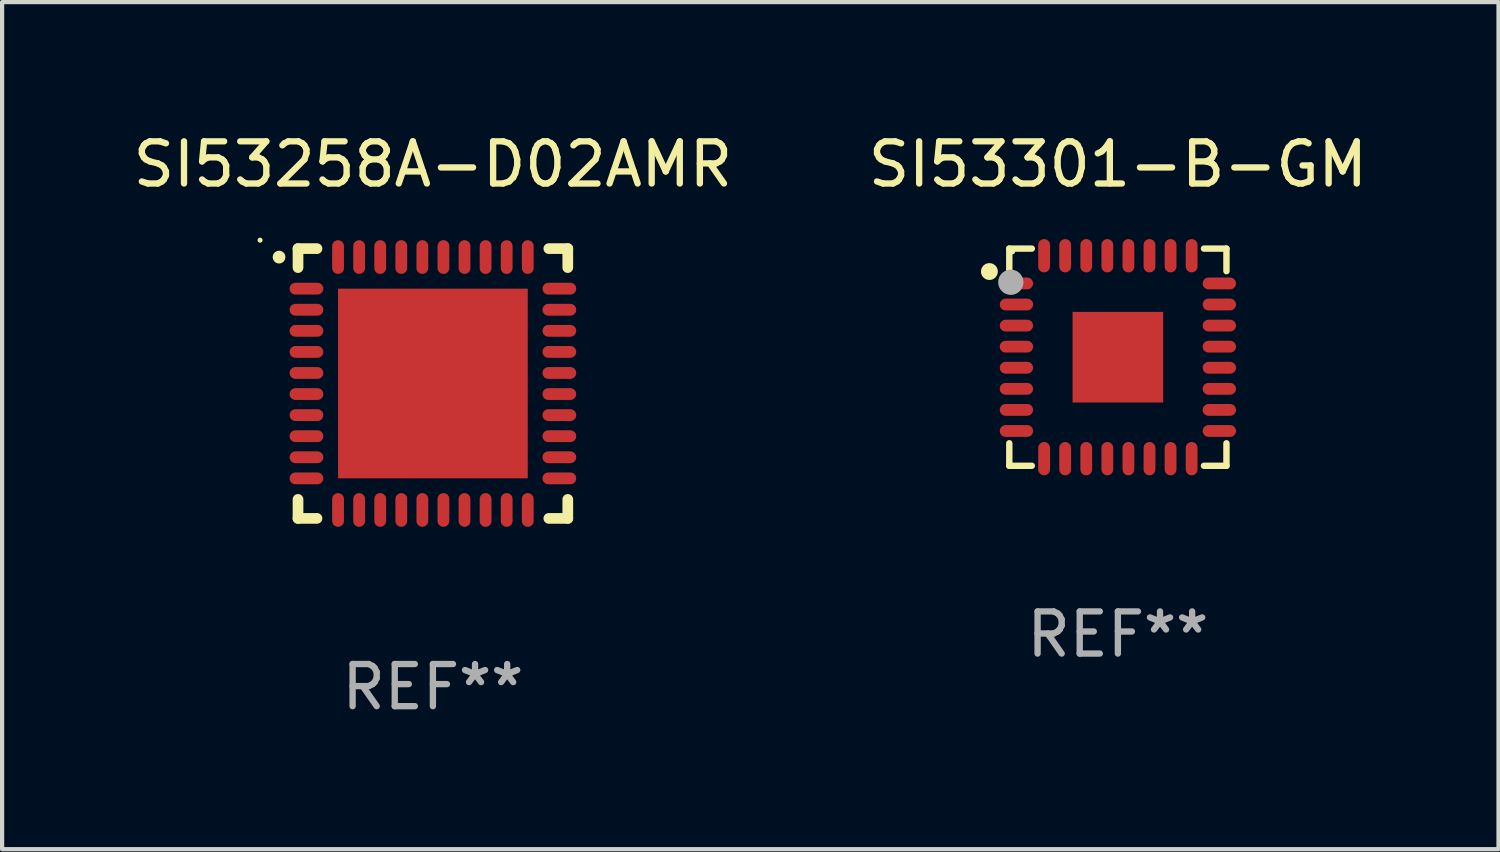
<source format=kicad_pcb>
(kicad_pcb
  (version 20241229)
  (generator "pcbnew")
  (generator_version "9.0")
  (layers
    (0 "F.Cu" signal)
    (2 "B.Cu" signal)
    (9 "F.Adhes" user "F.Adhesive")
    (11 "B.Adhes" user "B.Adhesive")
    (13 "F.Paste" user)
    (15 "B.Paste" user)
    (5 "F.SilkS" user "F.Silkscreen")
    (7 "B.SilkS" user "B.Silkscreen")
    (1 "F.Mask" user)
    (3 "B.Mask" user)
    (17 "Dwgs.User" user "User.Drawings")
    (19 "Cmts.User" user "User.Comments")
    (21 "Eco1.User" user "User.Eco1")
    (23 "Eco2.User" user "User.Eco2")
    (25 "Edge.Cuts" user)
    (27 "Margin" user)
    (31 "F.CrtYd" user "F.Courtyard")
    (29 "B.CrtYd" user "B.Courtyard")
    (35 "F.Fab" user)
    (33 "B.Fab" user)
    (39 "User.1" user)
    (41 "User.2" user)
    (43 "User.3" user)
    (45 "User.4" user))
  (footprint "SI53258A-D02AMR"
    (layer "F.Cu")
    (at 7.22 6.048)
    (property "Reference" "SI53258A-D02AMR" (at 0 -5.2 0) (layer "F.SilkS") (effects (font (size 1 1) (thickness 0.15))))
    (attr through_hole)
    (fp_line (start -3.2 -3.2) (end -2.75 -3.2) (stroke (width 0.254) (type solid)) (layer "F.SilkS"))
    (fp_line (start -3.2 -2.75) (end -3.2 -3.2) (stroke (width 0.254) (type solid)) (layer "F.SilkS"))
    (fp_line (start -3.2 3.2) (end -3.2 2.75) (stroke (width 0.254) (type solid)) (layer "F.SilkS"))
    (fp_line (start -2.75 3.2) (end -3.2 3.2) (stroke (width 0.254) (type solid)) (layer "F.SilkS"))
    (fp_line (start 2.75 3.2) (end 3.2 3.2) (stroke (width 0.254) (type solid)) (layer "F.SilkS"))
    (fp_line (start 3.2 -3.2) (end 2.75 -3.2) (stroke (width 0.254) (type solid)) (layer "F.SilkS"))
    (fp_line (start 3.2 -2.75) (end 3.2 -3.2) (stroke (width 0.254) (type solid)) (layer "F.SilkS"))
    (fp_line (start 3.2 3.2) (end 3.2 2.75) (stroke (width 0.254) (type solid)) (layer "F.SilkS"))
    (fp_arc (start -3.649987 -2.997206) (mid -3.649992 -2.998476) (end -3.649987 -2.999746) (stroke (width 0.3) (type solid)) (layer "F.SilkS"))
    (fp_circle (center -4.1 -3.4) (end -4.07 -3.4) (stroke (width 0.06) (type solid)) (fill no) (layer "F.SilkS"))
    (fp_text user "REF**" (at 0 7.2 0) (layer "F.Fab") (effects (font (size 1 1) (thickness 0.15))))
    (pad "1" smd oval (at -3 -2.25 90) (size 0.28 0.8) (layers "F.Cu" "F.Mask" "F.Paste"))
    (pad "2" smd oval (at -3 -1.75 90) (size 0.28 0.8) (layers "F.Cu" "F.Mask" "F.Paste"))
    (pad "3" smd oval (at -3 -1.25 90) (size 0.28 0.8) (layers "F.Cu" "F.Mask" "F.Paste"))
    (pad "4" smd oval (at -3 -0.75 90) (size 0.28 0.8) (layers "F.Cu" "F.Mask" "F.Paste"))
    (pad "5" smd oval (at -3 -0.25 90) (size 0.28 0.8) (layers "F.Cu" "F.Mask" "F.Paste"))
    (pad "6" smd oval (at -3 0.25 90) (size 0.28 0.8) (layers "F.Cu" "F.Mask" "F.Paste"))
    (pad "7" smd oval (at -3 0.75 90) (size 0.28 0.8) (layers "F.Cu" "F.Mask" "F.Paste"))
    (pad "8" smd oval (at -3 1.25 90) (size 0.28 0.8) (layers "F.Cu" "F.Mask" "F.Paste"))
    (pad "9" smd oval (at -3 1.75 90) (size 0.28 0.8) (layers "F.Cu" "F.Mask" "F.Paste"))
    (pad "10" smd oval (at -3 2.25 90) (size 0.28 0.8) (layers "F.Cu" "F.Mask" "F.Paste"))
    (pad "11" smd oval (at -2.25 3) (size 0.28 0.8) (layers "F.Cu" "F.Mask" "F.Paste"))
    (pad "12" smd oval (at -1.75 3) (size 0.28 0.8) (layers "F.Cu" "F.Mask" "F.Paste"))
    (pad "13" smd oval (at -1.25 3) (size 0.28 0.8) (layers "F.Cu" "F.Mask" "F.Paste"))
    (pad "14" smd oval (at -0.75 3) (size 0.28 0.8) (layers "F.Cu" "F.Mask" "F.Paste"))
    (pad "15" smd oval (at -0.25 3) (size 0.28 0.8) (layers "F.Cu" "F.Mask" "F.Paste"))
    (pad "16" smd oval (at 0.25 3) (size 0.28 0.8) (layers "F.Cu" "F.Mask" "F.Paste"))
    (pad "17" smd oval (at 0.75 3) (size 0.28 0.8) (layers "F.Cu" "F.Mask" "F.Paste"))
    (pad "18" smd oval (at 1.25 3) (size 0.28 0.8) (layers "F.Cu" "F.Mask" "F.Paste"))
    (pad "19" smd oval (at 1.75 3) (size 0.28 0.8) (layers "F.Cu" "F.Mask" "F.Paste"))
    (pad "20" smd oval (at 2.25 3) (size 0.28 0.8) (layers "F.Cu" "F.Mask" "F.Paste"))
    (pad "21" smd oval (at 3 2.25 90) (size 0.28 0.8) (layers "F.Cu" "F.Mask" "F.Paste"))
    (pad "22" smd oval (at 3 1.75 90) (size 0.28 0.8) (layers "F.Cu" "F.Mask" "F.Paste"))
    (pad "23" smd oval (at 3 1.25 90) (size 0.28 0.8) (layers "F.Cu" "F.Mask" "F.Paste"))
    (pad "24" smd oval (at 3 0.75 90) (size 0.28 0.8) (layers "F.Cu" "F.Mask" "F.Paste"))
    (pad "25" smd oval (at 3 0.25 90) (size 0.28 0.8) (layers "F.Cu" "F.Mask" "F.Paste"))
    (pad "26" smd oval (at 3 -0.25 90) (size 0.28 0.8) (layers "F.Cu" "F.Mask" "F.Paste"))
    (pad "27" smd oval (at 3 -0.75 90) (size 0.28 0.8) (layers "F.Cu" "F.Mask" "F.Paste"))
    (pad "28" smd oval (at 3 -1.25 90) (size 0.28 0.8) (layers "F.Cu" "F.Mask" "F.Paste"))
    (pad "29" smd oval (at 3 -1.75 90) (size 0.28 0.8) (layers "F.Cu" "F.Mask" "F.Paste"))
    (pad "30" smd oval (at 3 -2.25 90) (size 0.28 0.8) (layers "F.Cu" "F.Mask" "F.Paste"))
    (pad "31" smd oval (at 2.25 -3) (size 0.28 0.8) (layers "F.Cu" "F.Mask" "F.Paste"))
    (pad "32" smd oval (at 1.75 -3) (size 0.28 0.8) (layers "F.Cu" "F.Mask" "F.Paste"))
    (pad "33" smd oval (at 1.25 -3) (size 0.28 0.8) (layers "F.Cu" "F.Mask" "F.Paste"))
    (pad "34" smd oval (at 0.75 -3) (size 0.28 0.8) (layers "F.Cu" "F.Mask" "F.Paste"))
    (pad "35" smd oval (at 0.25 -3) (size 0.28 0.8) (layers "F.Cu" "F.Mask" "F.Paste"))
    (pad "36" smd oval (at -0.25 -3) (size 0.28 0.8) (layers "F.Cu" "F.Mask" "F.Paste"))
    (pad "37" smd oval (at -0.75 -3) (size 0.28 0.8) (layers "F.Cu" "F.Mask" "F.Paste"))
    (pad "38" smd oval (at -1.25 -3) (size 0.28 0.8) (layers "F.Cu" "F.Mask" "F.Paste"))
    (pad "39" smd oval (at -1.75 -3) (size 0.28 0.8) (layers "F.Cu" "F.Mask" "F.Paste"))
    (pad "40" smd oval (at -2.25 -3) (size 0.28 0.8) (layers "F.Cu" "F.Mask" "F.Paste"))
    (pad "41" smd rect (at 0 0) (size 4.5 4.5) (layers "F.Cu" "F.Mask" "F.Paste")))
  (footprint "SI53301-B-GM"
    (layer "F.Cu")
    (at 23.47 5.424)
    (property "Reference" "SI53301-B-GM" (at 0 -4.576 0) (layer "F.SilkS") (effects (font (size 1 1) (thickness 0.15))))
    (attr through_hole)
    (fp_line (start -2.576 -2.576) (end -2.042 -2.576) (stroke (width 0.152) (type solid)) (layer "F.SilkS"))
    (fp_line (start -2.576 -2.042) (end -2.576 -2.576) (stroke (width 0.152) (type solid)) (layer "F.SilkS"))
    (fp_line (start -2.576 2.042) (end -2.576 2.576) (stroke (width 0.152) (type solid)) (layer "F.SilkS"))
    (fp_line (start -2.576 2.576) (end -2.042 2.576) (stroke (width 0.152) (type solid)) (layer "F.SilkS"))
    (fp_line (start 2.576 -2.576) (end 2.042 -2.576) (stroke (width 0.152) (type solid)) (layer "F.SilkS"))
    (fp_line (start 2.576 -2.042) (end 2.576 -2.576) (stroke (width 0.152) (type solid)) (layer "F.SilkS"))
    (fp_line (start 2.576 2.042) (end 2.576 2.576) (stroke (width 0.152) (type solid)) (layer "F.SilkS"))
    (fp_line (start 2.576 2.576) (end 2.042 2.576) (stroke (width 0.152) (type solid)) (layer "F.SilkS"))
    (fp_circle (center -3.048 -2.032) (end -2.948 -2.032) (stroke (width 0.2) (type solid)) (fill no) (layer "F.SilkS"))
    (fp_circle (center -2.5 -2.5) (end -2.47 -2.5) (stroke (width 0.06) (type solid)) (fill no) (layer "F.SilkS"))
    (fp_circle (center -2.54 -1.778) (end -2.39 -1.778) (stroke (width 0.3) (type solid)) (fill no) (layer "F.Fab"))
    (fp_text user "REF**" (at 0 6.576 0) (layer "F.Fab") (effects (font (size 1 1) (thickness 0.15))))
    (pad "1" smd oval (at -2.407 -1.75) (size 0.79 0.28) (layers "F.Cu" "F.Mask" "F.Paste"))
    (pad "2" smd oval (at -2.407 -1.25) (size 0.79 0.28) (layers "F.Cu" "F.Mask" "F.Paste"))
    (pad "3" smd oval (at -2.407 -0.75) (size 0.79 0.28) (layers "F.Cu" "F.Mask" "F.Paste"))
    (pad "4" smd oval (at -2.407 -0.25) (size 0.79 0.28) (layers "F.Cu" "F.Mask" "F.Paste"))
    (pad "5" smd oval (at -2.407 0.25) (size 0.79 0.28) (layers "F.Cu" "F.Mask" "F.Paste"))
    (pad "6" smd oval (at -2.407 0.75) (size 0.79 0.28) (layers "F.Cu" "F.Mask" "F.Paste"))
    (pad "7" smd oval (at -2.407 1.25) (size 0.79 0.28) (layers "F.Cu" "F.Mask" "F.Paste"))
    (pad "8" smd oval (at -2.407 1.75) (size 0.79 0.28) (layers "F.Cu" "F.Mask" "F.Paste"))
    (pad "9" smd oval (at -1.75 2.407) (size 0.28 0.79) (layers "F.Cu" "F.Mask" "F.Paste"))
    (pad "10" smd oval (at -1.25 2.407) (size 0.28 0.79) (layers "F.Cu" "F.Mask" "F.Paste"))
    (pad "11" smd oval (at -0.75 2.407) (size 0.28 0.79) (layers "F.Cu" "F.Mask" "F.Paste"))
    (pad "12" smd oval (at -0.25 2.407) (size 0.28 0.79) (layers "F.Cu" "F.Mask" "F.Paste"))
    (pad "13" smd oval (at 0.25 2.407) (size 0.28 0.79) (layers "F.Cu" "F.Mask" "F.Paste"))
    (pad "14" smd oval (at 0.75 2.407) (size 0.28 0.79) (layers "F.Cu" "F.Mask" "F.Paste"))
    (pad "15" smd oval (at 1.25 2.407) (size 0.28 0.79) (layers "F.Cu" "F.Mask" "F.Paste"))
    (pad "16" smd oval (at 1.75 2.407) (size 0.28 0.79) (layers "F.Cu" "F.Mask" "F.Paste"))
    (pad "17" smd oval (at 2.407 1.75) (size 0.79 0.28) (layers "F.Cu" "F.Mask" "F.Paste"))
    (pad "18" smd oval (at 2.407 1.25) (size 0.79 0.28) (layers "F.Cu" "F.Mask" "F.Paste"))
    (pad "19" smd oval (at 2.407 0.75) (size 0.79 0.28) (layers "F.Cu" "F.Mask" "F.Paste"))
    (pad "20" smd oval (at 2.407 0.25) (size 0.79 0.28) (layers "F.Cu" "F.Mask" "F.Paste"))
    (pad "21" smd oval (at 2.407 -0.25) (size 0.79 0.28) (layers "F.Cu" "F.Mask" "F.Paste"))
    (pad "22" smd oval (at 2.407 -0.75) (size 0.79 0.28) (layers "F.Cu" "F.Mask" "F.Paste"))
    (pad "23" smd oval (at 2.407 -1.25) (size 0.79 0.28) (layers "F.Cu" "F.Mask" "F.Paste"))
    (pad "24" smd oval (at 2.407 -1.75) (size 0.79 0.28) (layers "F.Cu" "F.Mask" "F.Paste"))
    (pad "25" smd oval (at 1.75 -2.407) (size 0.28 0.79) (layers "F.Cu" "F.Mask" "F.Paste"))
    (pad "26" smd oval (at 1.25 -2.407) (size 0.28 0.79) (layers "F.Cu" "F.Mask" "F.Paste"))
    (pad "27" smd oval (at 0.75 -2.407) (size 0.28 0.79) (layers "F.Cu" "F.Mask" "F.Paste"))
    (pad "28" smd oval (at 0.25 -2.407) (size 0.28 0.79) (layers "F.Cu" "F.Mask" "F.Paste"))
    (pad "29" smd oval (at -0.25 -2.407) (size 0.28 0.79) (layers "F.Cu" "F.Mask" "F.Paste"))
    (pad "30" smd oval (at -0.75 -2.407) (size 0.28 0.79) (layers "F.Cu" "F.Mask" "F.Paste"))
    (pad "31" smd oval (at -1.25 -2.407) (size 0.28 0.79) (layers "F.Cu" "F.Mask" "F.Paste"))
    (pad "32" smd oval (at -1.75 -2.407) (size 0.28 0.79) (layers "F.Cu" "F.Mask" "F.Paste"))
    (pad "33" smd rect (at -0.000013 0.000013) (size 2.15 2.15) (layers "F.Cu" "F.Mask" "F.Paste")))
  (gr_rect
    (start -3 -3)
    (end 32.5 17.096)
    (stroke (width 0.1) (type default))
    (fill no)
    (layer "Edge.Cuts")))
</source>
